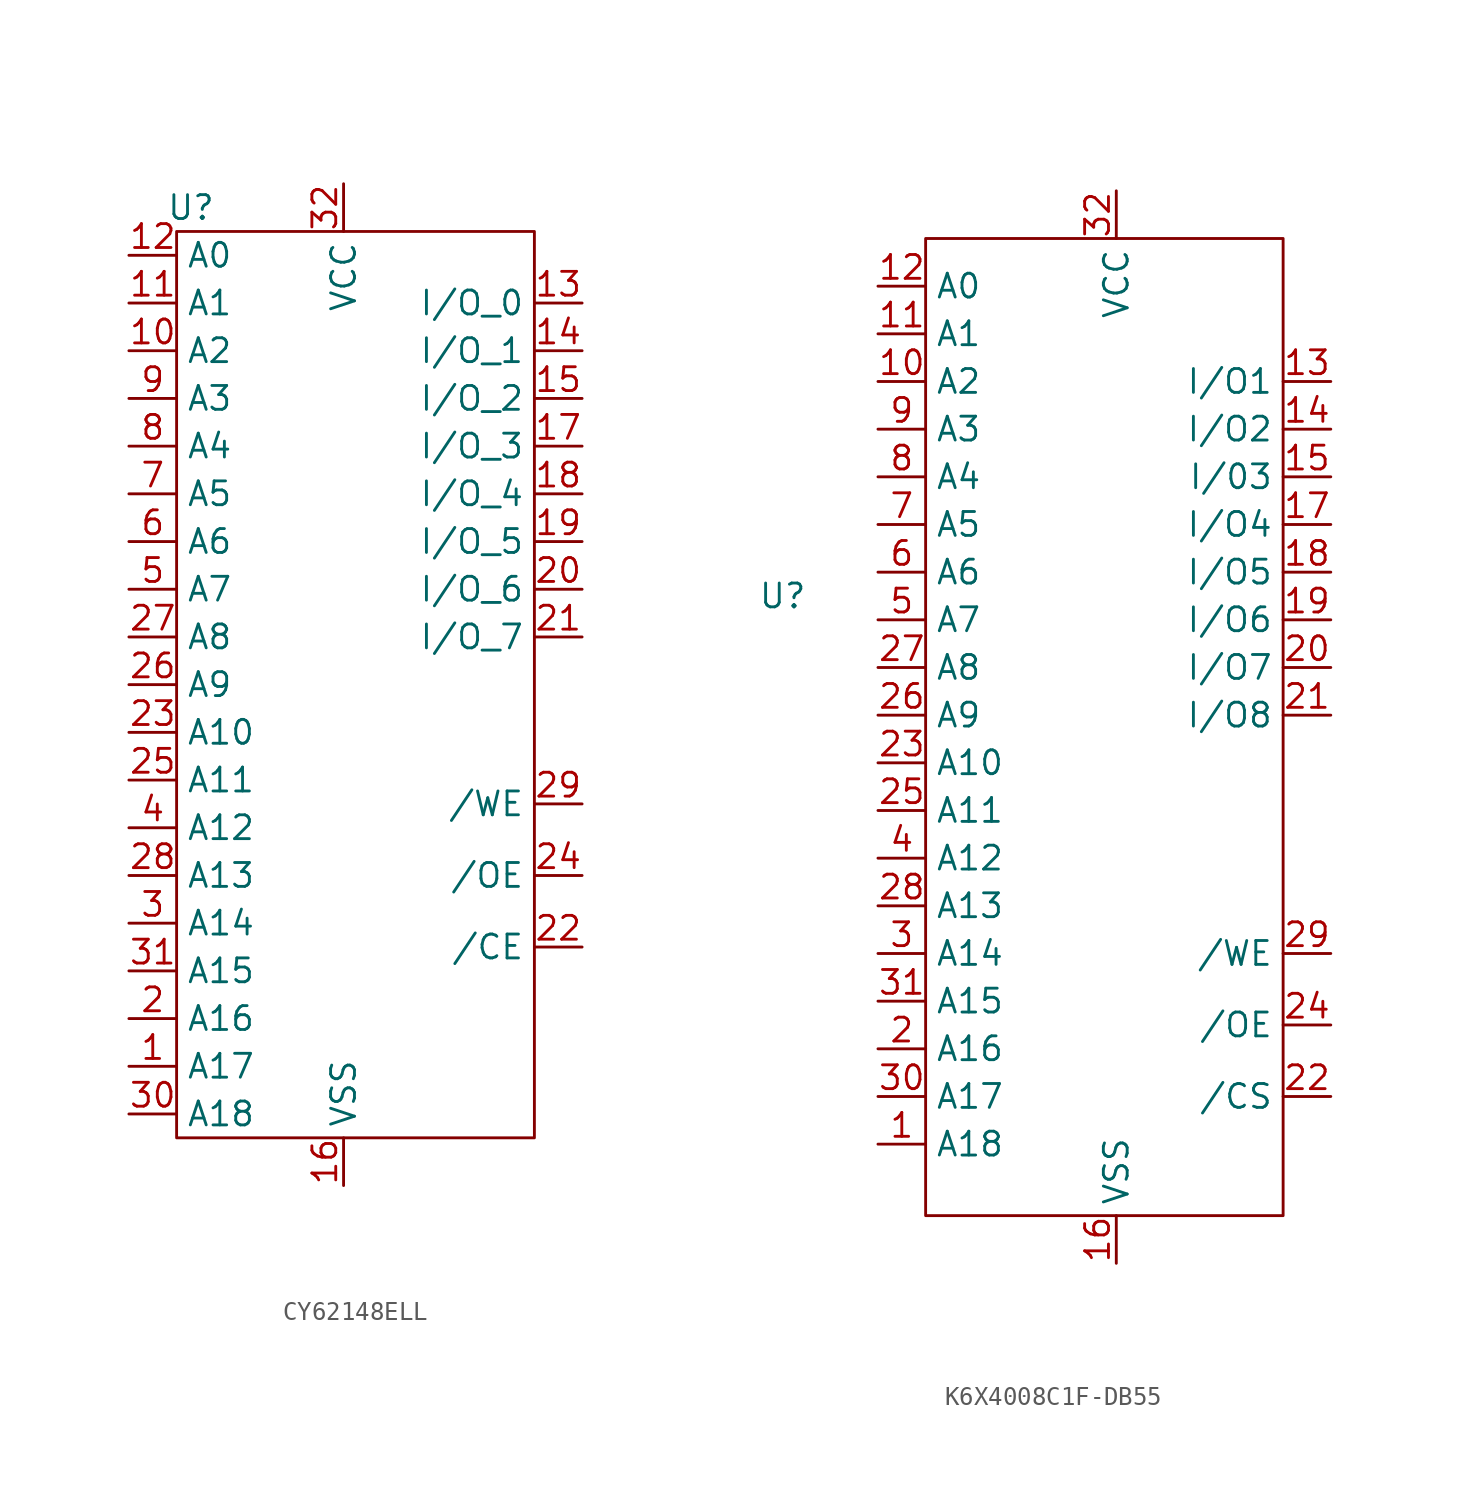
<source format=kicad_sym>
(kicad_symbol_lib
  (version 20231120)
  (generator "kicad_symbol_editor")
  (generator_version "8.0")
  (symbol "CY62148ELL"
    (property "Reference" "U"
      (at -8.128 24.13 0)
      (effects (font (size 1.27 1.27))))
    (property "Value" ""
      (at 0 0 0)
      (effects (font (size 1.27 1.27))))
    (symbol "CY62148ELL_0_1"
      (rectangle (start -8.89 22.86) (end 10.16 -25.4) (stroke (width 0) (type default)) (fill (type none))))
    (symbol "CY62148ELL_1_1"
      (pin input line (at -11.43 -21.59 0) (length 2.54) (name "A17" (effects (font (size 1.27 1.27)))) (number "1" (effects (font (size 1.27 1.27)))))
      (pin input line (at -11.43 16.51 0) (length 2.54) (name "A2" (effects (font (size 1.27 1.27)))) (number "10" (effects (font (size 1.27 1.27)))))
      (pin input line (at -11.43 19.05 0) (length 2.54) (name "A1" (effects (font (size 1.27 1.27)))) (number "11" (effects (font (size 1.27 1.27)))))
      (pin input line (at -11.43 21.59 0) (length 2.54) (name "A0" (effects (font (size 1.27 1.27)))) (number "12" (effects (font (size 1.27 1.27)))))
      (pin input line (at 12.7 19.05 180) (length 2.54) (name "I/O_0" (effects (font (size 1.27 1.27)))) (number "13" (effects (font (size 1.27 1.27)))))
      (pin input line (at 12.7 16.51 180) (length 2.54) (name "I/O_1" (effects (font (size 1.27 1.27)))) (number "14" (effects (font (size 1.27 1.27)))))
      (pin input line (at 12.7 13.97 180) (length 2.54) (name "I/O_2" (effects (font (size 1.27 1.27)))) (number "15" (effects (font (size 1.27 1.27)))))
      (pin input line (at 0 -27.94 90) (length 2.54) (name "VSS" (effects (font (size 1.27 1.27)))) (number "16" (effects (font (size 1.27 1.27)))))
      (pin input line (at 12.7 11.43 180) (length 2.54) (name "I/O_3" (effects (font (size 1.27 1.27)))) (number "17" (effects (font (size 1.27 1.27)))))
      (pin input line (at 12.7 8.89 180) (length 2.54) (name "I/O_4" (effects (font (size 1.27 1.27)))) (number "18" (effects (font (size 1.27 1.27)))))
      (pin input line (at 12.7 6.35 180) (length 2.54) (name "I/O_5" (effects (font (size 1.27 1.27)))) (number "19" (effects (font (size 1.27 1.27)))))
      (pin input line (at -11.43 -19.05 0) (length 2.54) (name "A16" (effects (font (size 1.27 1.27)))) (number "2" (effects (font (size 1.27 1.27)))))
      (pin input line (at 12.7 3.81 180) (length 2.54) (name "I/O_6" (effects (font (size 1.27 1.27)))) (number "20" (effects (font (size 1.27 1.27)))))
      (pin input line (at 12.7 1.27 180) (length 2.54) (name "I/O_7" (effects (font (size 1.27 1.27)))) (number "21" (effects (font (size 1.27 1.27)))))
      (pin input line (at 12.7 -15.24 180) (length 2.54) (name "/CE" (effects (font (size 1.27 1.27)))) (number "22" (effects (font (size 1.27 1.27)))))
      (pin input line (at -11.43 -3.81 0) (length 2.54) (name "A10" (effects (font (size 1.27 1.27)))) (number "23" (effects (font (size 1.27 1.27)))))
      (pin input line (at 12.7 -11.43 180) (length 2.54) (name "/OE" (effects (font (size 1.27 1.27)))) (number "24" (effects (font (size 1.27 1.27)))))
      (pin input line (at -11.43 -6.35 0) (length 2.54) (name "A11" (effects (font (size 1.27 1.27)))) (number "25" (effects (font (size 1.27 1.27)))))
      (pin input line (at -11.43 -1.27 0) (length 2.54) (name "A9" (effects (font (size 1.27 1.27)))) (number "26" (effects (font (size 1.27 1.27)))))
      (pin input line (at -11.43 1.27 0) (length 2.54) (name "A8" (effects (font (size 1.27 1.27)))) (number "27" (effects (font (size 1.27 1.27)))))
      (pin input line (at -11.43 -11.43 0) (length 2.54) (name "A13" (effects (font (size 1.27 1.27)))) (number "28" (effects (font (size 1.27 1.27)))))
      (pin input line (at 12.7 -7.62 180) (length 2.54) (name "/WE" (effects (font (size 1.27 1.27)))) (number "29" (effects (font (size 1.27 1.27)))))
      (pin input line (at -11.43 -13.97 0) (length 2.54) (name "A14" (effects (font (size 1.27 1.27)))) (number "3" (effects (font (size 1.27 1.27)))))
      (pin input line (at -11.43 -24.13 0) (length 2.54) (name "A18" (effects (font (size 1.27 1.27)))) (number "30" (effects (font (size 1.27 1.27)))))
      (pin input line (at -11.43 -16.51 0) (length 2.54) (name "A15" (effects (font (size 1.27 1.27)))) (number "31" (effects (font (size 1.27 1.27)))))
      (pin input line (at 0 25.4 270) (length 2.54) (name "VCC" (effects (font (size 1.27 1.27)))) (number "32" (effects (font (size 1.27 1.27)))))
      (pin input line (at -11.43 -8.89 0) (length 2.54) (name "A12" (effects (font (size 1.27 1.27)))) (number "4" (effects (font (size 1.27 1.27)))))
      (pin input line (at -11.43 3.81 0) (length 2.54) (name "A7" (effects (font (size 1.27 1.27)))) (number "5" (effects (font (size 1.27 1.27)))))
      (pin input line (at -11.43 6.35 0) (length 2.54) (name "A6" (effects (font (size 1.27 1.27)))) (number "6" (effects (font (size 1.27 1.27)))))
      (pin input line (at -11.43 8.89 0) (length 2.54) (name "A5" (effects (font (size 1.27 1.27)))) (number "7" (effects (font (size 1.27 1.27)))))
      (pin input line (at -11.43 11.43 0) (length 2.54) (name "A4" (effects (font (size 1.27 1.27)))) (number "8" (effects (font (size 1.27 1.27)))))
      (pin input line (at -11.43 13.97 0) (length 2.54) (name "A3" (effects (font (size 1.27 1.27)))) (number "9" (effects (font (size 1.27 1.27)))))))
  (symbol "K6X4008C1F-DB55"
    (property "Reference" "U"
      (at -16.51 3.81 0)
      (effects (font (size 1.27 1.27))))
    (property "Value" ""
      (at -16.51 3.81 0)
      (effects (font (size 1.27 1.27))))
    (symbol "K6X4008C1F-DB55_0_1"
      (rectangle (start -8.89 22.86) (end 10.16 -29.21) (stroke (width 0) (type default)) (fill (type none))))
    (symbol "K6X4008C1F-DB55_1_1"
      (pin input line (at -11.43 -25.4 0) (length 2.54) (name "A18" (effects (font (size 1.27 1.27)))) (number "1" (effects (font (size 1.27 1.27)))))
      (pin input line (at -11.43 15.24 0) (length 2.54) (name "A2" (effects (font (size 1.27 1.27)))) (number "10" (effects (font (size 1.27 1.27)))))
      (pin input line (at -11.43 17.78 0) (length 2.54) (name "A1" (effects (font (size 1.27 1.27)))) (number "11" (effects (font (size 1.27 1.27)))))
      (pin input line (at -11.43 20.32 0) (length 2.54) (name "A0" (effects (font (size 1.27 1.27)))) (number "12" (effects (font (size 1.27 1.27)))))
      (pin input line (at 12.7 15.24 180) (length 2.54) (name "I/O1" (effects (font (size 1.27 1.27)))) (number "13" (effects (font (size 1.27 1.27)))))
      (pin input line (at 12.7 12.7 180) (length 2.54) (name "I/O2" (effects (font (size 1.27 1.27)))) (number "14" (effects (font (size 1.27 1.27)))))
      (pin input line (at 12.7 10.16 180) (length 2.54) (name "I/03" (effects (font (size 1.27 1.27)))) (number "15" (effects (font (size 1.27 1.27)))))
      (pin input line (at 1.27 -31.75 90) (length 2.54) (name "VSS" (effects (font (size 1.27 1.27)))) (number "16" (effects (font (size 1.27 1.27)))))
      (pin input line (at 12.7 7.62 180) (length 2.54) (name "I/O4" (effects (font (size 1.27 1.27)))) (number "17" (effects (font (size 1.27 1.27)))))
      (pin input line (at 12.7 5.08 180) (length 2.54) (name "I/O5" (effects (font (size 1.27 1.27)))) (number "18" (effects (font (size 1.27 1.27)))))
      (pin input line (at 12.7 2.54 180) (length 2.54) (name "I/O6" (effects (font (size 1.27 1.27)))) (number "19" (effects (font (size 1.27 1.27)))))
      (pin input line (at -11.43 -20.32 0) (length 2.54) (name "A16" (effects (font (size 1.27 1.27)))) (number "2" (effects (font (size 1.27 1.27)))))
      (pin input line (at 12.7 0 180) (length 2.54) (name "I/O7" (effects (font (size 1.27 1.27)))) (number "20" (effects (font (size 1.27 1.27)))))
      (pin input line (at 12.7 -2.54 180) (length 2.54) (name "I/O8" (effects (font (size 1.27 1.27)))) (number "21" (effects (font (size 1.27 1.27)))))
      (pin input line (at 12.7 -22.86 180) (length 2.54) (name "/CS" (effects (font (size 1.27 1.27)))) (number "22" (effects (font (size 1.27 1.27)))))
      (pin input line (at -11.43 -5.08 0) (length 2.54) (name "A10" (effects (font (size 1.27 1.27)))) (number "23" (effects (font (size 1.27 1.27)))))
      (pin input line (at 12.7 -19.05 180) (length 2.54) (name "/OE" (effects (font (size 1.27 1.27)))) (number "24" (effects (font (size 1.27 1.27)))))
      (pin input line (at -11.43 -7.62 0) (length 2.54) (name "A11" (effects (font (size 1.27 1.27)))) (number "25" (effects (font (size 1.27 1.27)))))
      (pin input line (at -11.43 -2.54 0) (length 2.54) (name "A9" (effects (font (size 1.27 1.27)))) (number "26" (effects (font (size 1.27 1.27)))))
      (pin input line (at -11.43 0 0) (length 2.54) (name "A8" (effects (font (size 1.27 1.27)))) (number "27" (effects (font (size 1.27 1.27)))))
      (pin input line (at -11.43 -12.7 0) (length 2.54) (name "A13" (effects (font (size 1.27 1.27)))) (number "28" (effects (font (size 1.27 1.27)))))
      (pin input line (at 12.7 -15.24 180) (length 2.54) (name "/WE" (effects (font (size 1.27 1.27)))) (number "29" (effects (font (size 1.27 1.27)))))
      (pin input line (at -11.43 -15.24 0) (length 2.54) (name "A14" (effects (font (size 1.27 1.27)))) (number "3" (effects (font (size 1.27 1.27)))))
      (pin input line (at -11.43 -22.86 0) (length 2.54) (name "A17" (effects (font (size 1.27 1.27)))) (number "30" (effects (font (size 1.27 1.27)))))
      (pin input line (at -11.43 -17.78 0) (length 2.54) (name "A15" (effects (font (size 1.27 1.27)))) (number "31" (effects (font (size 1.27 1.27)))))
      (pin input line (at 1.27 25.4 270) (length 2.54) (name "VCC" (effects (font (size 1.27 1.27)))) (number "32" (effects (font (size 1.27 1.27)))))
      (pin input line (at -11.43 -10.16 0) (length 2.54) (name "A12" (effects (font (size 1.27 1.27)))) (number "4" (effects (font (size 1.27 1.27)))))
      (pin input line (at -11.43 2.54 0) (length 2.54) (name "A7" (effects (font (size 1.27 1.27)))) (number "5" (effects (font (size 1.27 1.27)))))
      (pin input line (at -11.43 5.08 0) (length 2.54) (name "A6" (effects (font (size 1.27 1.27)))) (number "6" (effects (font (size 1.27 1.27)))))
      (pin input line (at -11.43 7.62 0) (length 2.54) (name "A5" (effects (font (size 1.27 1.27)))) (number "7" (effects (font (size 1.27 1.27)))))
      (pin input line (at -11.43 10.16 0) (length 2.54) (name "A4" (effects (font (size 1.27 1.27)))) (number "8" (effects (font (size 1.27 1.27)))))
      (pin input line (at -11.43 12.7 0) (length 2.54) (name "A3" (effects (font (size 1.27 1.27)))) (number "9" (effects (font (size 1.27 1.27))))))))
</source>
